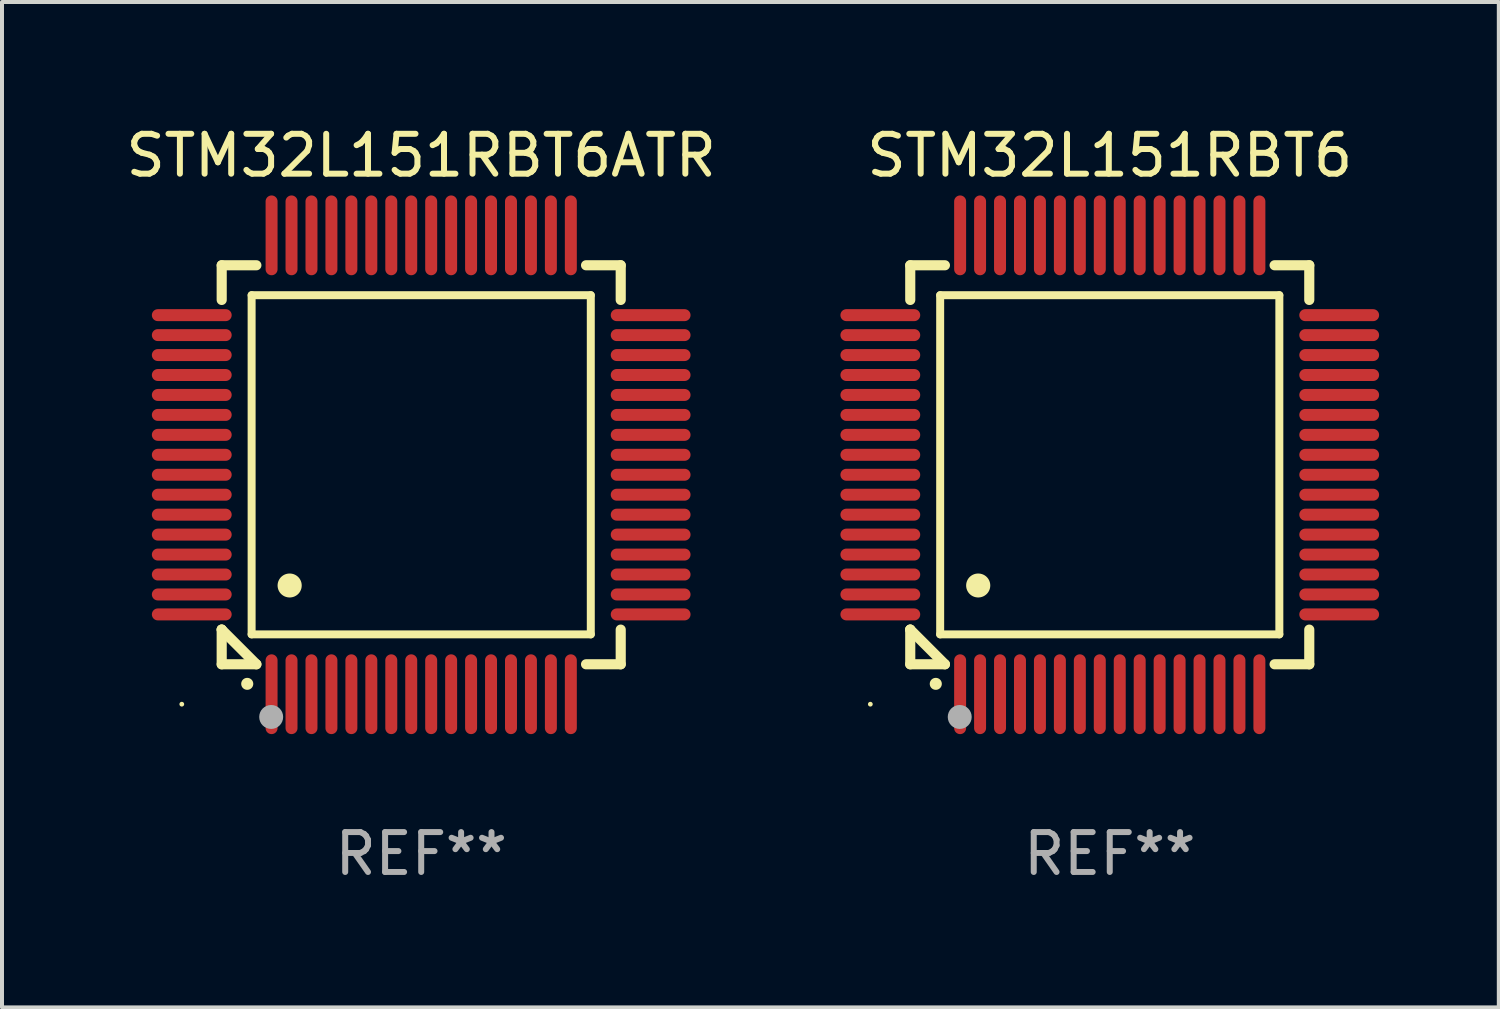
<source format=kicad_pcb>
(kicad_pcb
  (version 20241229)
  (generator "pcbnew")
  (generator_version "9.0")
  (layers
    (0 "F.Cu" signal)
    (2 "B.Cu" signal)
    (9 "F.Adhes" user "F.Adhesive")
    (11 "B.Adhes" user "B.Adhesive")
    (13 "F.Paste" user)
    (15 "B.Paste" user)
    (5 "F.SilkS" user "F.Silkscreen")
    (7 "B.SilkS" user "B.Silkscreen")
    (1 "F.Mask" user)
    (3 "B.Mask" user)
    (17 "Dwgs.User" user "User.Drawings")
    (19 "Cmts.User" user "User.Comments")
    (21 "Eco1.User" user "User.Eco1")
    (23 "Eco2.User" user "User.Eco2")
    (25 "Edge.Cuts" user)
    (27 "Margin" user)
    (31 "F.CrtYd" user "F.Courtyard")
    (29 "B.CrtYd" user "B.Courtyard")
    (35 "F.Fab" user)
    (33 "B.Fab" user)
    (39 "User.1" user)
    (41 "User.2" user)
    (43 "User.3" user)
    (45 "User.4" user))
  (footprint "STM32L151RBT6ATR"
    (layer "F.Cu")
    (at 7.506 8.598)
    (property "Reference" "STM32L151RBT6ATR" (at 0 -7.75 0) (layer "F.SilkS") (effects (font (size 1 1) (thickness 0.15))))
    (attr through_hole)
    (fp_line (start -5 -5) (end -4.131 -5) (stroke (width 0.254) (type solid)) (layer "F.SilkS"))
    (fp_line (start -5 -4.131) (end -5 -5) (stroke (width 0.254) (type solid)) (layer "F.SilkS"))
    (fp_line (start -5 4.131) (end -5 4.131) (stroke (width 0.254) (type solid)) (layer "F.SilkS"))
    (fp_line (start -5 5) (end -5 4.131) (stroke (width 0.254) (type solid)) (layer "F.SilkS"))
    (fp_line (start -5 4.131) (end -4.131 5) (stroke (width 0.254) (type solid)) (layer "F.SilkS"))
    (fp_line (start -4.25 -4.25) (end -4.25 4.25) (stroke (width 0.2) (type solid)) (layer "F.SilkS"))
    (fp_line (start -4.25 4.25) (end 4.25 4.25) (stroke (width 0.2) (type solid)) (layer "F.SilkS"))
    (fp_line (start -4.131 5) (end -5 5) (stroke (width 0.254) (type solid)) (layer "F.SilkS"))
    (fp_line (start 4.25 -4.25) (end -4.25 -4.25) (stroke (width 0.2) (type solid)) (layer "F.SilkS"))
    (fp_line (start 4.25 4.25) (end 4.25 -4.25) (stroke (width 0.2) (type solid)) (layer "F.SilkS"))
    (fp_line (start 5 -5) (end 4.131 -5) (stroke (width 0.254) (type solid)) (layer "F.SilkS"))
    (fp_line (start 5 -5) (end 5 -4.131) (stroke (width 0.254) (type solid)) (layer "F.SilkS"))
    (fp_line (start 5 4.131) (end 5 5) (stroke (width 0.254) (type solid)) (layer "F.SilkS"))
    (fp_line (start 5 5) (end 4.131 5) (stroke (width 0.254) (type solid)) (layer "F.SilkS"))
    (fp_arc (start -4.361265 5.489992) (mid -4.359995 5.489987) (end -4.358725 5.489992) (stroke (width 0.3) (type solid)) (layer "F.SilkS"))
    (fp_arc (start -3.299467 3.025146) (mid -3.296927 3.025135) (end -3.294387 3.025146) (stroke (width 0.6) (type solid)) (layer "F.SilkS"))
    (fp_circle (center -6 6) (end -5.97 6) (stroke (width 0.06) (type solid)) (fill no) (layer "F.SilkS"))
    (fp_circle (center -3.76 6.32) (end -3.61 6.32) (stroke (width 0.3) (type solid)) (fill no) (layer "F.Fab"))
    (fp_text user "REF**" (at 0 9.75 0) (layer "F.Fab") (effects (font (size 1 1) (thickness 0.15))))
    (pad "1" smd oval (at -3.75 5.75) (size 0.3 2) (layers "F.Cu" "F.Mask" "F.Paste"))
    (pad "2" smd oval (at -3.25 5.75) (size 0.3 2) (layers "F.Cu" "F.Mask" "F.Paste"))
    (pad "3" smd oval (at -2.75 5.75) (size 0.3 2) (layers "F.Cu" "F.Mask" "F.Paste"))
    (pad "4" smd oval (at -2.25 5.75) (size 0.3 2) (layers "F.Cu" "F.Mask" "F.Paste"))
    (pad "5" smd oval (at -1.75 5.75) (size 0.3 2) (layers "F.Cu" "F.Mask" "F.Paste"))
    (pad "6" smd oval (at -1.25 5.75) (size 0.3 2) (layers "F.Cu" "F.Mask" "F.Paste"))
    (pad "7" smd oval (at -0.75 5.75) (size 0.3 2) (layers "F.Cu" "F.Mask" "F.Paste"))
    (pad "8" smd oval (at -0.25 5.75) (size 0.3 2) (layers "F.Cu" "F.Mask" "F.Paste"))
    (pad "9" smd oval (at 0.25 5.75) (size 0.3 2) (layers "F.Cu" "F.Mask" "F.Paste"))
    (pad "10" smd oval (at 0.75 5.75) (size 0.3 2) (layers "F.Cu" "F.Mask" "F.Paste"))
    (pad "11" smd oval (at 1.25 5.75) (size 0.3 2) (layers "F.Cu" "F.Mask" "F.Paste"))
    (pad "12" smd oval (at 1.75 5.75) (size 0.3 2) (layers "F.Cu" "F.Mask" "F.Paste"))
    (pad "13" smd oval (at 2.25 5.75) (size 0.3 2) (layers "F.Cu" "F.Mask" "F.Paste"))
    (pad "14" smd oval (at 2.75 5.75) (size 0.3 2) (layers "F.Cu" "F.Mask" "F.Paste"))
    (pad "15" smd oval (at 3.25 5.75) (size 0.3 2) (layers "F.Cu" "F.Mask" "F.Paste"))
    (pad "16" smd oval (at 3.75 5.75) (size 0.3 2) (layers "F.Cu" "F.Mask" "F.Paste"))
    (pad "17" smd oval (at 5.75 3.75) (size 2 0.3) (layers "F.Cu" "F.Mask" "F.Paste"))
    (pad "18" smd oval (at 5.75 3.25) (size 2 0.3) (layers "F.Cu" "F.Mask" "F.Paste"))
    (pad "19" smd oval (at 5.75 2.75) (size 2 0.3) (layers "F.Cu" "F.Mask" "F.Paste"))
    (pad "20" smd oval (at 5.75 2.25) (size 2 0.3) (layers "F.Cu" "F.Mask" "F.Paste"))
    (pad "21" smd oval (at 5.75 1.75) (size 2 0.3) (layers "F.Cu" "F.Mask" "F.Paste"))
    (pad "22" smd oval (at 5.75 1.25) (size 2 0.3) (layers "F.Cu" "F.Mask" "F.Paste"))
    (pad "23" smd oval (at 5.75 0.75) (size 2 0.3) (layers "F.Cu" "F.Mask" "F.Paste"))
    (pad "24" smd oval (at 5.75 0.25) (size 2 0.3) (layers "F.Cu" "F.Mask" "F.Paste"))
    (pad "25" smd oval (at 5.75 -0.25) (size 2 0.3) (layers "F.Cu" "F.Mask" "F.Paste"))
    (pad "26" smd oval (at 5.75 -0.75) (size 2 0.3) (layers "F.Cu" "F.Mask" "F.Paste"))
    (pad "27" smd oval (at 5.75 -1.25) (size 2 0.3) (layers "F.Cu" "F.Mask" "F.Paste"))
    (pad "28" smd oval (at 5.75 -1.75) (size 2 0.3) (layers "F.Cu" "F.Mask" "F.Paste"))
    (pad "29" smd oval (at 5.75 -2.25) (size 2 0.3) (layers "F.Cu" "F.Mask" "F.Paste"))
    (pad "30" smd oval (at 5.75 -2.75) (size 2 0.3) (layers "F.Cu" "F.Mask" "F.Paste"))
    (pad "31" smd oval (at 5.75 -3.25) (size 2 0.3) (layers "F.Cu" "F.Mask" "F.Paste"))
    (pad "32" smd oval (at 5.75 -3.75) (size 2 0.3) (layers "F.Cu" "F.Mask" "F.Paste"))
    (pad "33" smd oval (at 3.75 -5.75) (size 0.3 2) (layers "F.Cu" "F.Mask" "F.Paste"))
    (pad "34" smd oval (at 3.25 -5.75) (size 0.3 2) (layers "F.Cu" "F.Mask" "F.Paste"))
    (pad "35" smd oval (at 2.75 -5.75) (size 0.3 2) (layers "F.Cu" "F.Mask" "F.Paste"))
    (pad "36" smd oval (at 2.25 -5.75) (size 0.3 2) (layers "F.Cu" "F.Mask" "F.Paste"))
    (pad "37" smd oval (at 1.75 -5.75) (size 0.3 2) (layers "F.Cu" "F.Mask" "F.Paste"))
    (pad "38" smd oval (at 1.25 -5.75) (size 0.3 2) (layers "F.Cu" "F.Mask" "F.Paste"))
    (pad "39" smd oval (at 0.75 -5.75) (size 0.3 2) (layers "F.Cu" "F.Mask" "F.Paste"))
    (pad "40" smd oval (at 0.25 -5.75) (size 0.3 2) (layers "F.Cu" "F.Mask" "F.Paste"))
    (pad "41" smd oval (at -0.25 -5.75) (size 0.3 2) (layers "F.Cu" "F.Mask" "F.Paste"))
    (pad "42" smd oval (at -0.75 -5.75) (size 0.3 2) (layers "F.Cu" "F.Mask" "F.Paste"))
    (pad "43" smd oval (at -1.25 -5.75) (size 0.3 2) (layers "F.Cu" "F.Mask" "F.Paste"))
    (pad "44" smd oval (at -1.75 -5.75) (size 0.3 2) (layers "F.Cu" "F.Mask" "F.Paste"))
    (pad "45" smd oval (at -2.25 -5.75) (size 0.3 2) (layers "F.Cu" "F.Mask" "F.Paste"))
    (pad "46" smd oval (at -2.75 -5.75) (size 0.3 2) (layers "F.Cu" "F.Mask" "F.Paste"))
    (pad "47" smd oval (at -3.25 -5.75) (size 0.3 2) (layers "F.Cu" "F.Mask" "F.Paste"))
    (pad "48" smd oval (at -3.75 -5.75) (size 0.3 2) (layers "F.Cu" "F.Mask" "F.Paste"))
    (pad "49" smd oval (at -5.75 -3.75) (size 2 0.3) (layers "F.Cu" "F.Mask" "F.Paste"))
    (pad "50" smd oval (at -5.75 -3.25) (size 2 0.3) (layers "F.Cu" "F.Mask" "F.Paste"))
    (pad "51" smd oval (at -5.75 -2.75) (size 2 0.3) (layers "F.Cu" "F.Mask" "F.Paste"))
    (pad "52" smd oval (at -5.75 -2.25) (size 2 0.3) (layers "F.Cu" "F.Mask" "F.Paste"))
    (pad "53" smd oval (at -5.75 -1.75) (size 2 0.3) (layers "F.Cu" "F.Mask" "F.Paste"))
    (pad "54" smd oval (at -5.75 -1.25) (size 2 0.3) (layers "F.Cu" "F.Mask" "F.Paste"))
    (pad "55" smd oval (at -5.75 -0.75) (size 2 0.3) (layers "F.Cu" "F.Mask" "F.Paste"))
    (pad "56" smd oval (at -5.75 -0.25) (size 2 0.3) (layers "F.Cu" "F.Mask" "F.Paste"))
    (pad "57" smd oval (at -5.75 0.25) (size 2 0.3) (layers "F.Cu" "F.Mask" "F.Paste"))
    (pad "58" smd oval (at -5.75 0.75) (size 2 0.3) (layers "F.Cu" "F.Mask" "F.Paste"))
    (pad "59" smd oval (at -5.75 1.25) (size 2 0.3) (layers "F.Cu" "F.Mask" "F.Paste"))
    (pad "60" smd oval (at -5.75 1.75) (size 2 0.3) (layers "F.Cu" "F.Mask" "F.Paste"))
    (pad "61" smd oval (at -5.75 2.25) (size 2 0.3) (layers "F.Cu" "F.Mask" "F.Paste"))
    (pad "62" smd oval (at -5.75 2.75) (size 2 0.3) (layers "F.Cu" "F.Mask" "F.Paste"))
    (pad "63" smd oval (at -5.75 3.25) (size 2 0.3) (layers "F.Cu" "F.Mask" "F.Paste"))
    (pad "64" smd oval (at -5.75 3.75) (size 2 0.3) (layers "F.Cu" "F.Mask" "F.Paste")))
  (footprint "STM32L151RBT6"
    (layer "F.Cu")
    (at 24.762 8.598)
    (property "Reference" "STM32L151RBT6" (at 0 -7.75 0) (layer "F.SilkS") (effects (font (size 1 1) (thickness 0.15))))
    (attr through_hole)
    (fp_line (start -5 -5) (end -4.131 -5) (stroke (width 0.254) (type solid)) (layer "F.SilkS"))
    (fp_line (start -5 -4.131) (end -5 -5) (stroke (width 0.254) (type solid)) (layer "F.SilkS"))
    (fp_line (start -5 4.131) (end -5 4.131) (stroke (width 0.254) (type solid)) (layer "F.SilkS"))
    (fp_line (start -5 5) (end -5 4.131) (stroke (width 0.254) (type solid)) (layer "F.SilkS"))
    (fp_line (start -5 4.131) (end -4.131 5) (stroke (width 0.254) (type solid)) (layer "F.SilkS"))
    (fp_line (start -4.25 -4.25) (end -4.25 4.25) (stroke (width 0.2) (type solid)) (layer "F.SilkS"))
    (fp_line (start -4.25 4.25) (end 4.25 4.25) (stroke (width 0.2) (type solid)) (layer "F.SilkS"))
    (fp_line (start -4.131 5) (end -5 5) (stroke (width 0.254) (type solid)) (layer "F.SilkS"))
    (fp_line (start 4.25 -4.25) (end -4.25 -4.25) (stroke (width 0.2) (type solid)) (layer "F.SilkS"))
    (fp_line (start 4.25 4.25) (end 4.25 -4.25) (stroke (width 0.2) (type solid)) (layer "F.SilkS"))
    (fp_line (start 5 -5) (end 4.131 -5) (stroke (width 0.254) (type solid)) (layer "F.SilkS"))
    (fp_line (start 5 -5) (end 5 -4.131) (stroke (width 0.254) (type solid)) (layer "F.SilkS"))
    (fp_line (start 5 4.131) (end 5 5) (stroke (width 0.254) (type solid)) (layer "F.SilkS"))
    (fp_line (start 5 5) (end 4.131 5) (stroke (width 0.254) (type solid)) (layer "F.SilkS"))
    (fp_arc (start -4.361265 5.489992) (mid -4.359995 5.489987) (end -4.358725 5.489992) (stroke (width 0.3) (type solid)) (layer "F.SilkS"))
    (fp_arc (start -3.299467 3.025146) (mid -3.296927 3.025135) (end -3.294387 3.025146) (stroke (width 0.6) (type solid)) (layer "F.SilkS"))
    (fp_circle (center -6 6) (end -5.97 6) (stroke (width 0.06) (type solid)) (fill no) (layer "F.SilkS"))
    (fp_circle (center -3.76 6.32) (end -3.61 6.32) (stroke (width 0.3) (type solid)) (fill no) (layer "F.Fab"))
    (fp_text user "REF**" (at 0 9.75 0) (layer "F.Fab") (effects (font (size 1 1) (thickness 0.15))))
    (pad "1" smd oval (at -3.75 5.75) (size 0.3 2) (layers "F.Cu" "F.Mask" "F.Paste"))
    (pad "2" smd oval (at -3.25 5.75) (size 0.3 2) (layers "F.Cu" "F.Mask" "F.Paste"))
    (pad "3" smd oval (at -2.75 5.75) (size 0.3 2) (layers "F.Cu" "F.Mask" "F.Paste"))
    (pad "4" smd oval (at -2.25 5.75) (size 0.3 2) (layers "F.Cu" "F.Mask" "F.Paste"))
    (pad "5" smd oval (at -1.75 5.75) (size 0.3 2) (layers "F.Cu" "F.Mask" "F.Paste"))
    (pad "6" smd oval (at -1.25 5.75) (size 0.3 2) (layers "F.Cu" "F.Mask" "F.Paste"))
    (pad "7" smd oval (at -0.75 5.75) (size 0.3 2) (layers "F.Cu" "F.Mask" "F.Paste"))
    (pad "8" smd oval (at -0.25 5.75) (size 0.3 2) (layers "F.Cu" "F.Mask" "F.Paste"))
    (pad "9" smd oval (at 0.25 5.75) (size 0.3 2) (layers "F.Cu" "F.Mask" "F.Paste"))
    (pad "10" smd oval (at 0.75 5.75) (size 0.3 2) (layers "F.Cu" "F.Mask" "F.Paste"))
    (pad "11" smd oval (at 1.25 5.75) (size 0.3 2) (layers "F.Cu" "F.Mask" "F.Paste"))
    (pad "12" smd oval (at 1.75 5.75) (size 0.3 2) (layers "F.Cu" "F.Mask" "F.Paste"))
    (pad "13" smd oval (at 2.25 5.75) (size 0.3 2) (layers "F.Cu" "F.Mask" "F.Paste"))
    (pad "14" smd oval (at 2.75 5.75) (size 0.3 2) (layers "F.Cu" "F.Mask" "F.Paste"))
    (pad "15" smd oval (at 3.25 5.75) (size 0.3 2) (layers "F.Cu" "F.Mask" "F.Paste"))
    (pad "16" smd oval (at 3.75 5.75) (size 0.3 2) (layers "F.Cu" "F.Mask" "F.Paste"))
    (pad "17" smd oval (at 5.75 3.75) (size 2 0.3) (layers "F.Cu" "F.Mask" "F.Paste"))
    (pad "18" smd oval (at 5.75 3.25) (size 2 0.3) (layers "F.Cu" "F.Mask" "F.Paste"))
    (pad "19" smd oval (at 5.75 2.75) (size 2 0.3) (layers "F.Cu" "F.Mask" "F.Paste"))
    (pad "20" smd oval (at 5.75 2.25) (size 2 0.3) (layers "F.Cu" "F.Mask" "F.Paste"))
    (pad "21" smd oval (at 5.75 1.75) (size 2 0.3) (layers "F.Cu" "F.Mask" "F.Paste"))
    (pad "22" smd oval (at 5.75 1.25) (size 2 0.3) (layers "F.Cu" "F.Mask" "F.Paste"))
    (pad "23" smd oval (at 5.75 0.75) (size 2 0.3) (layers "F.Cu" "F.Mask" "F.Paste"))
    (pad "24" smd oval (at 5.75 0.25) (size 2 0.3) (layers "F.Cu" "F.Mask" "F.Paste"))
    (pad "25" smd oval (at 5.75 -0.25) (size 2 0.3) (layers "F.Cu" "F.Mask" "F.Paste"))
    (pad "26" smd oval (at 5.75 -0.75) (size 2 0.3) (layers "F.Cu" "F.Mask" "F.Paste"))
    (pad "27" smd oval (at 5.75 -1.25) (size 2 0.3) (layers "F.Cu" "F.Mask" "F.Paste"))
    (pad "28" smd oval (at 5.75 -1.75) (size 2 0.3) (layers "F.Cu" "F.Mask" "F.Paste"))
    (pad "29" smd oval (at 5.75 -2.25) (size 2 0.3) (layers "F.Cu" "F.Mask" "F.Paste"))
    (pad "30" smd oval (at 5.75 -2.75) (size 2 0.3) (layers "F.Cu" "F.Mask" "F.Paste"))
    (pad "31" smd oval (at 5.75 -3.25) (size 2 0.3) (layers "F.Cu" "F.Mask" "F.Paste"))
    (pad "32" smd oval (at 5.75 -3.75) (size 2 0.3) (layers "F.Cu" "F.Mask" "F.Paste"))
    (pad "33" smd oval (at 3.75 -5.75) (size 0.3 2) (layers "F.Cu" "F.Mask" "F.Paste"))
    (pad "34" smd oval (at 3.25 -5.75) (size 0.3 2) (layers "F.Cu" "F.Mask" "F.Paste"))
    (pad "35" smd oval (at 2.75 -5.75) (size 0.3 2) (layers "F.Cu" "F.Mask" "F.Paste"))
    (pad "36" smd oval (at 2.25 -5.75) (size 0.3 2) (layers "F.Cu" "F.Mask" "F.Paste"))
    (pad "37" smd oval (at 1.75 -5.75) (size 0.3 2) (layers "F.Cu" "F.Mask" "F.Paste"))
    (pad "38" smd oval (at 1.25 -5.75) (size 0.3 2) (layers "F.Cu" "F.Mask" "F.Paste"))
    (pad "39" smd oval (at 0.75 -5.75) (size 0.3 2) (layers "F.Cu" "F.Mask" "F.Paste"))
    (pad "40" smd oval (at 0.25 -5.75) (size 0.3 2) (layers "F.Cu" "F.Mask" "F.Paste"))
    (pad "41" smd oval (at -0.25 -5.75) (size 0.3 2) (layers "F.Cu" "F.Mask" "F.Paste"))
    (pad "42" smd oval (at -0.75 -5.75) (size 0.3 2) (layers "F.Cu" "F.Mask" "F.Paste"))
    (pad "43" smd oval (at -1.25 -5.75) (size 0.3 2) (layers "F.Cu" "F.Mask" "F.Paste"))
    (pad "44" smd oval (at -1.75 -5.75) (size 0.3 2) (layers "F.Cu" "F.Mask" "F.Paste"))
    (pad "45" smd oval (at -2.25 -5.75) (size 0.3 2) (layers "F.Cu" "F.Mask" "F.Paste"))
    (pad "46" smd oval (at -2.75 -5.75) (size 0.3 2) (layers "F.Cu" "F.Mask" "F.Paste"))
    (pad "47" smd oval (at -3.25 -5.75) (size 0.3 2) (layers "F.Cu" "F.Mask" "F.Paste"))
    (pad "48" smd oval (at -3.75 -5.75) (size 0.3 2) (layers "F.Cu" "F.Mask" "F.Paste"))
    (pad "49" smd oval (at -5.75 -3.75) (size 2 0.3) (layers "F.Cu" "F.Mask" "F.Paste"))
    (pad "50" smd oval (at -5.75 -3.25) (size 2 0.3) (layers "F.Cu" "F.Mask" "F.Paste"))
    (pad "51" smd oval (at -5.75 -2.75) (size 2 0.3) (layers "F.Cu" "F.Mask" "F.Paste"))
    (pad "52" smd oval (at -5.75 -2.25) (size 2 0.3) (layers "F.Cu" "F.Mask" "F.Paste"))
    (pad "53" smd oval (at -5.75 -1.75) (size 2 0.3) (layers "F.Cu" "F.Mask" "F.Paste"))
    (pad "54" smd oval (at -5.75 -1.25) (size 2 0.3) (layers "F.Cu" "F.Mask" "F.Paste"))
    (pad "55" smd oval (at -5.75 -0.75) (size 2 0.3) (layers "F.Cu" "F.Mask" "F.Paste"))
    (pad "56" smd oval (at -5.75 -0.25) (size 2 0.3) (layers "F.Cu" "F.Mask" "F.Paste"))
    (pad "57" smd oval (at -5.75 0.25) (size 2 0.3) (layers "F.Cu" "F.Mask" "F.Paste"))
    (pad "58" smd oval (at -5.75 0.75) (size 2 0.3) (layers "F.Cu" "F.Mask" "F.Paste"))
    (pad "59" smd oval (at -5.75 1.25) (size 2 0.3) (layers "F.Cu" "F.Mask" "F.Paste"))
    (pad "60" smd oval (at -5.75 1.75) (size 2 0.3) (layers "F.Cu" "F.Mask" "F.Paste"))
    (pad "61" smd oval (at -5.75 2.25) (size 2 0.3) (layers "F.Cu" "F.Mask" "F.Paste"))
    (pad "62" smd oval (at -5.75 2.75) (size 2 0.3) (layers "F.Cu" "F.Mask" "F.Paste"))
    (pad "63" smd oval (at -5.75 3.25) (size 2 0.3) (layers "F.Cu" "F.Mask" "F.Paste"))
    (pad "64" smd oval (at -5.75 3.75) (size 2 0.3) (layers "F.Cu" "F.Mask" "F.Paste")))
  (gr_rect
    (start -3 -3)
    (end 34.512 22.196)
    (stroke (width 0.1) (type default))
    (fill no)
    (layer "Edge.Cuts")))
</source>
